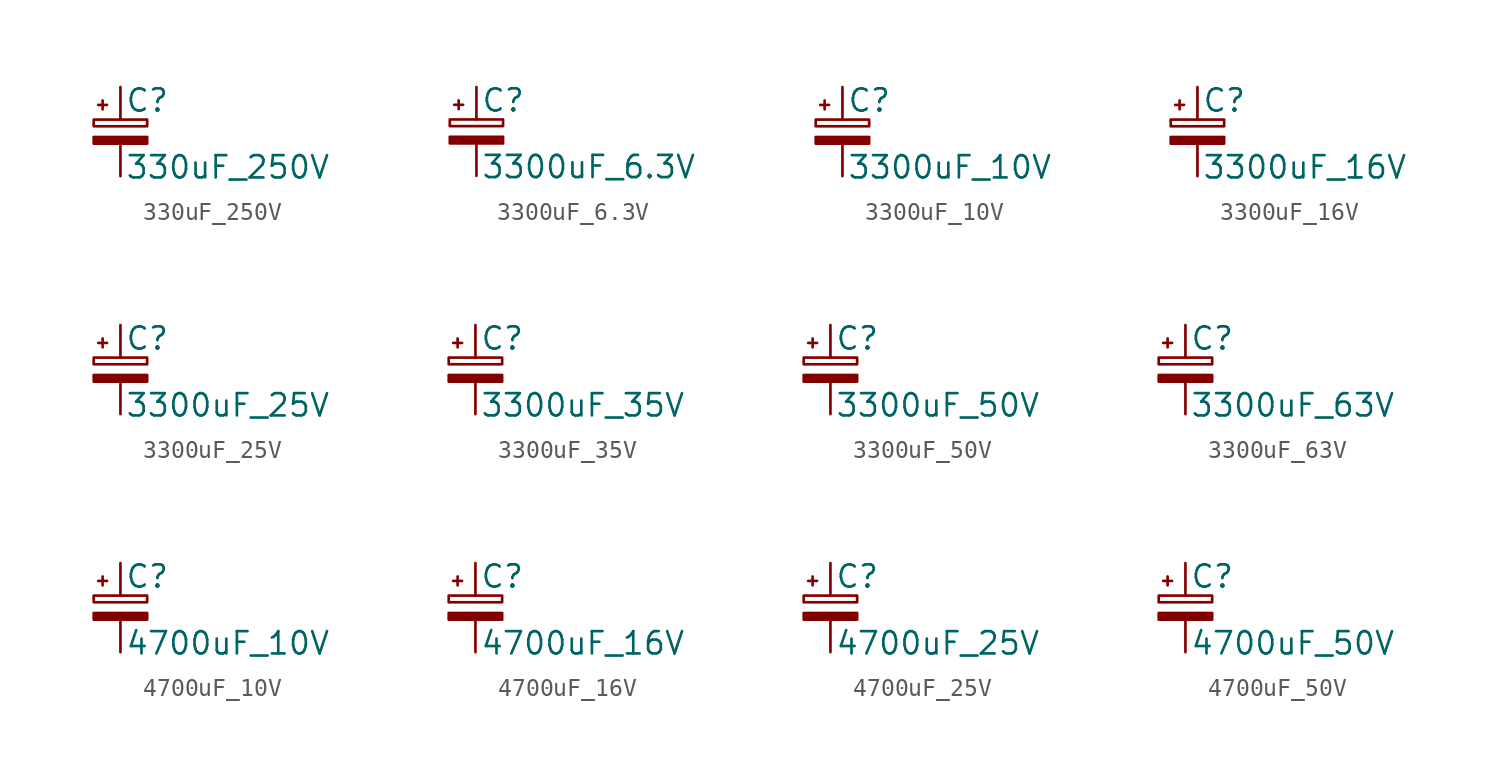
<source format=kicad_sym>
(kicad_symbol_lib
  (version 20211014)
  (generator kicad_symbol_editor)
  (symbol "330uF_250V"
    (pin_numbers hide)
    (pin_names
      (offset 0.254) hide)
    (property "Reference" "C"
      (at 0.254 1.778 0)
      (effects (font (size 1.27 1.27)) (justify left)))
    (property "Value" "330uF_250V"
      (at 0.254 -2.032 0)
      (effects (font (size 1.27 1.27)) (justify left)))
    (symbol "330uF_250V_0_1"
      (rectangle (start -1.524 -0.305) (end 1.524 -0.686) (stroke (width 0) (type default) (color 0 0 0 0)) (fill (type outline)))
      (rectangle (start -1.524 0.686) (end 1.524 0.305) (stroke (width 0) (type default) (color 0 0 0 0)) (fill (type none)))
      (polyline (pts (xy -1.27 1.524) (xy -0.762 1.524)) (stroke (width 0) (type default) (color 0 0 0 0)) (fill (type none)))
      (polyline (pts (xy -1.016 1.27) (xy -1.016 1.778)) (stroke (width 0) (type default) (color 0 0 0 0)) (fill (type none))))
    (symbol "330uF_250V_1_1"
      (pin passive line (at 0 2.54 270) (length 1.854) (name "~" (effects (font (size 1.27 1.27)))) (number "1" (effects (font (size 1.27 1.27)))))
      (pin passive line (at 0 -2.54 90) (length 1.854) (name "~" (effects (font (size 1.27 1.27)))) (number "2" (effects (font (size 1.27 1.27)))))))
  (symbol "3300uF_6.3V"
    (pin_numbers hide)
    (pin_names
      (offset 0.254) hide)
    (property "Reference" "C"
      (at 0.254 1.778 0)
      (effects (font (size 1.27 1.27)) (justify left)))
    (property "Value" "3300uF_6.3V"
      (at 0.254 -2.032 0)
      (effects (font (size 1.27 1.27)) (justify left)))
    (symbol "3300uF_6.3V_0_1"
      (rectangle (start -1.524 -0.305) (end 1.524 -0.686) (stroke (width 0) (type default) (color 0 0 0 0)) (fill (type outline)))
      (rectangle (start -1.524 0.686) (end 1.524 0.305) (stroke (width 0) (type default) (color 0 0 0 0)) (fill (type none)))
      (polyline (pts (xy -1.27 1.524) (xy -0.762 1.524)) (stroke (width 0) (type default) (color 0 0 0 0)) (fill (type none)))
      (polyline (pts (xy -1.016 1.27) (xy -1.016 1.778)) (stroke (width 0) (type default) (color 0 0 0 0)) (fill (type none))))
    (symbol "3300uF_6.3V_1_1"
      (pin passive line (at 0 2.54 270) (length 1.854) (name "~" (effects (font (size 1.27 1.27)))) (number "1" (effects (font (size 1.27 1.27)))))
      (pin passive line (at 0 -2.54 90) (length 1.854) (name "~" (effects (font (size 1.27 1.27)))) (number "2" (effects (font (size 1.27 1.27)))))))
  (symbol "3300uF_10V"
    (pin_numbers hide)
    (pin_names
      (offset 0.254) hide)
    (property "Reference" "C"
      (at 0.254 1.778 0)
      (effects (font (size 1.27 1.27)) (justify left)))
    (property "Value" "3300uF_10V"
      (at 0.254 -2.032 0)
      (effects (font (size 1.27 1.27)) (justify left)))
    (symbol "3300uF_10V_0_1"
      (rectangle (start -1.524 -0.305) (end 1.524 -0.686) (stroke (width 0) (type default) (color 0 0 0 0)) (fill (type outline)))
      (rectangle (start -1.524 0.686) (end 1.524 0.305) (stroke (width 0) (type default) (color 0 0 0 0)) (fill (type none)))
      (polyline (pts (xy -1.27 1.524) (xy -0.762 1.524)) (stroke (width 0) (type default) (color 0 0 0 0)) (fill (type none)))
      (polyline (pts (xy -1.016 1.27) (xy -1.016 1.778)) (stroke (width 0) (type default) (color 0 0 0 0)) (fill (type none))))
    (symbol "3300uF_10V_1_1"
      (pin passive line (at 0 2.54 270) (length 1.854) (name "~" (effects (font (size 1.27 1.27)))) (number "1" (effects (font (size 1.27 1.27)))))
      (pin passive line (at 0 -2.54 90) (length 1.854) (name "~" (effects (font (size 1.27 1.27)))) (number "2" (effects (font (size 1.27 1.27)))))))
  (symbol "3300uF_16V"
    (pin_numbers hide)
    (pin_names
      (offset 0.254) hide)
    (property "Reference" "C"
      (at 0.254 1.778 0)
      (effects (font (size 1.27 1.27)) (justify left)))
    (property "Value" "3300uF_16V"
      (at 0.254 -2.032 0)
      (effects (font (size 1.27 1.27)) (justify left)))
    (symbol "3300uF_16V_0_1"
      (rectangle (start -1.524 -0.305) (end 1.524 -0.686) (stroke (width 0) (type default) (color 0 0 0 0)) (fill (type outline)))
      (rectangle (start -1.524 0.686) (end 1.524 0.305) (stroke (width 0) (type default) (color 0 0 0 0)) (fill (type none)))
      (polyline (pts (xy -1.27 1.524) (xy -0.762 1.524)) (stroke (width 0) (type default) (color 0 0 0 0)) (fill (type none)))
      (polyline (pts (xy -1.016 1.27) (xy -1.016 1.778)) (stroke (width 0) (type default) (color 0 0 0 0)) (fill (type none))))
    (symbol "3300uF_16V_1_1"
      (pin passive line (at 0 2.54 270) (length 1.854) (name "~" (effects (font (size 1.27 1.27)))) (number "1" (effects (font (size 1.27 1.27)))))
      (pin passive line (at 0 -2.54 90) (length 1.854) (name "~" (effects (font (size 1.27 1.27)))) (number "2" (effects (font (size 1.27 1.27)))))))
  (symbol "3300uF_25V"
    (pin_numbers hide)
    (pin_names
      (offset 0.254) hide)
    (property "Reference" "C"
      (at 0.254 1.778 0)
      (effects (font (size 1.27 1.27)) (justify left)))
    (property "Value" "3300uF_25V"
      (at 0.254 -2.032 0)
      (effects (font (size 1.27 1.27)) (justify left)))
    (symbol "3300uF_25V_0_1"
      (rectangle (start -1.524 -0.305) (end 1.524 -0.686) (stroke (width 0) (type default) (color 0 0 0 0)) (fill (type outline)))
      (rectangle (start -1.524 0.686) (end 1.524 0.305) (stroke (width 0) (type default) (color 0 0 0 0)) (fill (type none)))
      (polyline (pts (xy -1.27 1.524) (xy -0.762 1.524)) (stroke (width 0) (type default) (color 0 0 0 0)) (fill (type none)))
      (polyline (pts (xy -1.016 1.27) (xy -1.016 1.778)) (stroke (width 0) (type default) (color 0 0 0 0)) (fill (type none))))
    (symbol "3300uF_25V_1_1"
      (pin passive line (at 0 2.54 270) (length 1.854) (name "~" (effects (font (size 1.27 1.27)))) (number "1" (effects (font (size 1.27 1.27)))))
      (pin passive line (at 0 -2.54 90) (length 1.854) (name "~" (effects (font (size 1.27 1.27)))) (number "2" (effects (font (size 1.27 1.27)))))))
  (symbol "3300uF_35V"
    (pin_numbers hide)
    (pin_names
      (offset 0.254) hide)
    (property "Reference" "C"
      (at 0.254 1.778 0)
      (effects (font (size 1.27 1.27)) (justify left)))
    (property "Value" "3300uF_35V"
      (at 0.254 -2.032 0)
      (effects (font (size 1.27 1.27)) (justify left)))
    (symbol "3300uF_35V_0_1"
      (rectangle (start -1.524 -0.305) (end 1.524 -0.686) (stroke (width 0) (type default) (color 0 0 0 0)) (fill (type outline)))
      (rectangle (start -1.524 0.686) (end 1.524 0.305) (stroke (width 0) (type default) (color 0 0 0 0)) (fill (type none)))
      (polyline (pts (xy -1.27 1.524) (xy -0.762 1.524)) (stroke (width 0) (type default) (color 0 0 0 0)) (fill (type none)))
      (polyline (pts (xy -1.016 1.27) (xy -1.016 1.778)) (stroke (width 0) (type default) (color 0 0 0 0)) (fill (type none))))
    (symbol "3300uF_35V_1_1"
      (pin passive line (at 0 2.54 270) (length 1.854) (name "~" (effects (font (size 1.27 1.27)))) (number "1" (effects (font (size 1.27 1.27)))))
      (pin passive line (at 0 -2.54 90) (length 1.854) (name "~" (effects (font (size 1.27 1.27)))) (number "2" (effects (font (size 1.27 1.27)))))))
  (symbol "3300uF_50V"
    (pin_numbers hide)
    (pin_names
      (offset 0.254) hide)
    (property "Reference" "C"
      (at 0.254 1.778 0)
      (effects (font (size 1.27 1.27)) (justify left)))
    (property "Value" "3300uF_50V"
      (at 0.254 -2.032 0)
      (effects (font (size 1.27 1.27)) (justify left)))
    (symbol "3300uF_50V_0_1"
      (rectangle (start -1.524 -0.305) (end 1.524 -0.686) (stroke (width 0) (type default) (color 0 0 0 0)) (fill (type outline)))
      (rectangle (start -1.524 0.686) (end 1.524 0.305) (stroke (width 0) (type default) (color 0 0 0 0)) (fill (type none)))
      (polyline (pts (xy -1.27 1.524) (xy -0.762 1.524)) (stroke (width 0) (type default) (color 0 0 0 0)) (fill (type none)))
      (polyline (pts (xy -1.016 1.27) (xy -1.016 1.778)) (stroke (width 0) (type default) (color 0 0 0 0)) (fill (type none))))
    (symbol "3300uF_50V_1_1"
      (pin passive line (at 0 2.54 270) (length 1.854) (name "~" (effects (font (size 1.27 1.27)))) (number "1" (effects (font (size 1.27 1.27)))))
      (pin passive line (at 0 -2.54 90) (length 1.854) (name "~" (effects (font (size 1.27 1.27)))) (number "2" (effects (font (size 1.27 1.27)))))))
  (symbol "3300uF_63V"
    (pin_numbers hide)
    (pin_names
      (offset 0.254) hide)
    (property "Reference" "C"
      (at 0.254 1.778 0)
      (effects (font (size 1.27 1.27)) (justify left)))
    (property "Value" "3300uF_63V"
      (at 0.254 -2.032 0)
      (effects (font (size 1.27 1.27)) (justify left)))
    (symbol "3300uF_63V_0_1"
      (rectangle (start -1.524 -0.305) (end 1.524 -0.686) (stroke (width 0) (type default) (color 0 0 0 0)) (fill (type outline)))
      (rectangle (start -1.524 0.686) (end 1.524 0.305) (stroke (width 0) (type default) (color 0 0 0 0)) (fill (type none)))
      (polyline (pts (xy -1.27 1.524) (xy -0.762 1.524)) (stroke (width 0) (type default) (color 0 0 0 0)) (fill (type none)))
      (polyline (pts (xy -1.016 1.27) (xy -1.016 1.778)) (stroke (width 0) (type default) (color 0 0 0 0)) (fill (type none))))
    (symbol "3300uF_63V_1_1"
      (pin passive line (at 0 2.54 270) (length 1.854) (name "~" (effects (font (size 1.27 1.27)))) (number "1" (effects (font (size 1.27 1.27)))))
      (pin passive line (at 0 -2.54 90) (length 1.854) (name "~" (effects (font (size 1.27 1.27)))) (number "2" (effects (font (size 1.27 1.27)))))))
  (symbol "4700uF_10V"
    (pin_numbers hide)
    (pin_names
      (offset 0.254) hide)
    (property "Reference" "C"
      (at 0.254 1.778 0)
      (effects (font (size 1.27 1.27)) (justify left)))
    (property "Value" "4700uF_10V"
      (at 0.254 -2.032 0)
      (effects (font (size 1.27 1.27)) (justify left)))
    (symbol "4700uF_10V_0_1"
      (rectangle (start -1.524 -0.305) (end 1.524 -0.686) (stroke (width 0) (type default) (color 0 0 0 0)) (fill (type outline)))
      (rectangle (start -1.524 0.686) (end 1.524 0.305) (stroke (width 0) (type default) (color 0 0 0 0)) (fill (type none)))
      (polyline (pts (xy -1.27 1.524) (xy -0.762 1.524)) (stroke (width 0) (type default) (color 0 0 0 0)) (fill (type none)))
      (polyline (pts (xy -1.016 1.27) (xy -1.016 1.778)) (stroke (width 0) (type default) (color 0 0 0 0)) (fill (type none))))
    (symbol "4700uF_10V_1_1"
      (pin passive line (at 0 2.54 270) (length 1.854) (name "~" (effects (font (size 1.27 1.27)))) (number "1" (effects (font (size 1.27 1.27)))))
      (pin passive line (at 0 -2.54 90) (length 1.854) (name "~" (effects (font (size 1.27 1.27)))) (number "2" (effects (font (size 1.27 1.27)))))))
  (symbol "4700uF_16V"
    (pin_numbers hide)
    (pin_names
      (offset 0.254) hide)
    (property "Reference" "C"
      (at 0.254 1.778 0)
      (effects (font (size 1.27 1.27)) (justify left)))
    (property "Value" "4700uF_16V"
      (at 0.254 -2.032 0)
      (effects (font (size 1.27 1.27)) (justify left)))
    (symbol "4700uF_16V_0_1"
      (rectangle (start -1.524 -0.305) (end 1.524 -0.686) (stroke (width 0) (type default) (color 0 0 0 0)) (fill (type outline)))
      (rectangle (start -1.524 0.686) (end 1.524 0.305) (stroke (width 0) (type default) (color 0 0 0 0)) (fill (type none)))
      (polyline (pts (xy -1.27 1.524) (xy -0.762 1.524)) (stroke (width 0) (type default) (color 0 0 0 0)) (fill (type none)))
      (polyline (pts (xy -1.016 1.27) (xy -1.016 1.778)) (stroke (width 0) (type default) (color 0 0 0 0)) (fill (type none))))
    (symbol "4700uF_16V_1_1"
      (pin passive line (at 0 2.54 270) (length 1.854) (name "~" (effects (font (size 1.27 1.27)))) (number "1" (effects (font (size 1.27 1.27)))))
      (pin passive line (at 0 -2.54 90) (length 1.854) (name "~" (effects (font (size 1.27 1.27)))) (number "2" (effects (font (size 1.27 1.27)))))))
  (symbol "4700uF_25V"
    (pin_numbers hide)
    (pin_names
      (offset 0.254) hide)
    (property "Reference" "C"
      (at 0.254 1.778 0)
      (effects (font (size 1.27 1.27)) (justify left)))
    (property "Value" "4700uF_25V"
      (at 0.254 -2.032 0)
      (effects (font (size 1.27 1.27)) (justify left)))
    (symbol "4700uF_25V_0_1"
      (rectangle (start -1.524 -0.305) (end 1.524 -0.686) (stroke (width 0) (type default) (color 0 0 0 0)) (fill (type outline)))
      (rectangle (start -1.524 0.686) (end 1.524 0.305) (stroke (width 0) (type default) (color 0 0 0 0)) (fill (type none)))
      (polyline (pts (xy -1.27 1.524) (xy -0.762 1.524)) (stroke (width 0) (type default) (color 0 0 0 0)) (fill (type none)))
      (polyline (pts (xy -1.016 1.27) (xy -1.016 1.778)) (stroke (width 0) (type default) (color 0 0 0 0)) (fill (type none))))
    (symbol "4700uF_25V_1_1"
      (pin passive line (at 0 2.54 270) (length 1.854) (name "~" (effects (font (size 1.27 1.27)))) (number "1" (effects (font (size 1.27 1.27)))))
      (pin passive line (at 0 -2.54 90) (length 1.854) (name "~" (effects (font (size 1.27 1.27)))) (number "2" (effects (font (size 1.27 1.27)))))))
  (symbol "4700uF_50V"
    (pin_numbers hide)
    (pin_names
      (offset 0.254) hide)
    (property "Reference" "C"
      (at 0.254 1.778 0)
      (effects (font (size 1.27 1.27)) (justify left)))
    (property "Value" "4700uF_50V"
      (at 0.254 -2.032 0)
      (effects (font (size 1.27 1.27)) (justify left)))
    (symbol "4700uF_50V_0_1"
      (rectangle (start -1.524 -0.305) (end 1.524 -0.686) (stroke (width 0) (type default) (color 0 0 0 0)) (fill (type outline)))
      (rectangle (start -1.524 0.686) (end 1.524 0.305) (stroke (width 0) (type default) (color 0 0 0 0)) (fill (type none)))
      (polyline (pts (xy -1.27 1.524) (xy -0.762 1.524)) (stroke (width 0) (type default) (color 0 0 0 0)) (fill (type none)))
      (polyline (pts (xy -1.016 1.27) (xy -1.016 1.778)) (stroke (width 0) (type default) (color 0 0 0 0)) (fill (type none))))
    (symbol "4700uF_50V_1_1"
      (pin passive line (at 0 2.54 270) (length 1.854) (name "~" (effects (font (size 1.27 1.27)))) (number "1" (effects (font (size 1.27 1.27)))))
      (pin passive line (at 0 -2.54 90) (length 1.854) (name "~" (effects (font (size 1.27 1.27)))) (number "2" (effects (font (size 1.27 1.27))))))))
</source>
